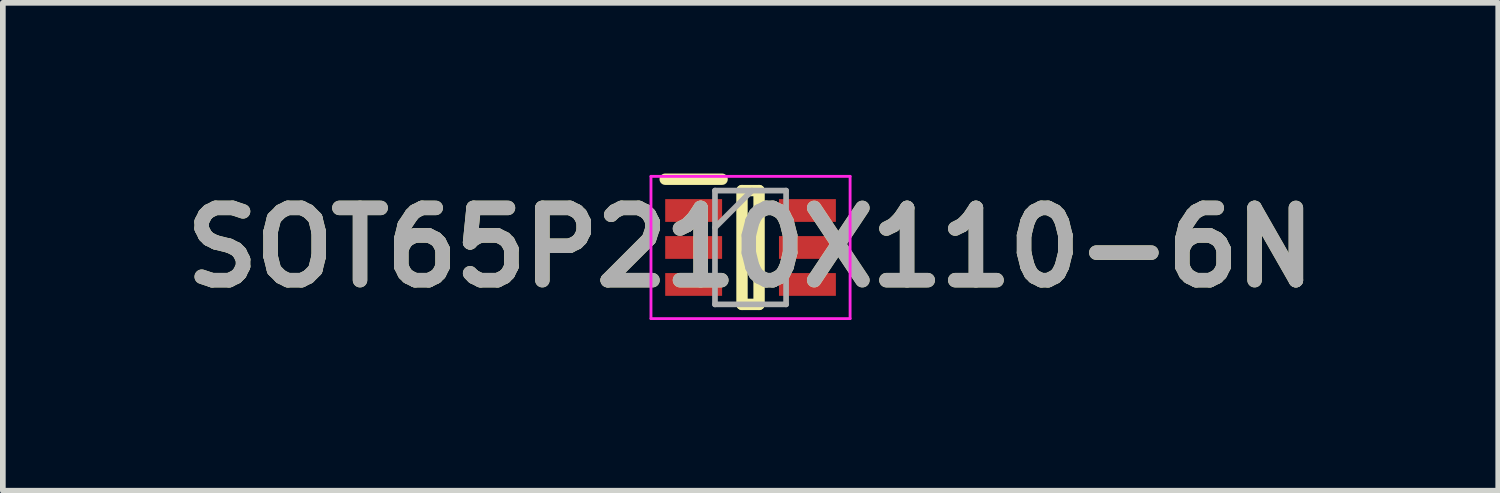
<source format=kicad_pcb>
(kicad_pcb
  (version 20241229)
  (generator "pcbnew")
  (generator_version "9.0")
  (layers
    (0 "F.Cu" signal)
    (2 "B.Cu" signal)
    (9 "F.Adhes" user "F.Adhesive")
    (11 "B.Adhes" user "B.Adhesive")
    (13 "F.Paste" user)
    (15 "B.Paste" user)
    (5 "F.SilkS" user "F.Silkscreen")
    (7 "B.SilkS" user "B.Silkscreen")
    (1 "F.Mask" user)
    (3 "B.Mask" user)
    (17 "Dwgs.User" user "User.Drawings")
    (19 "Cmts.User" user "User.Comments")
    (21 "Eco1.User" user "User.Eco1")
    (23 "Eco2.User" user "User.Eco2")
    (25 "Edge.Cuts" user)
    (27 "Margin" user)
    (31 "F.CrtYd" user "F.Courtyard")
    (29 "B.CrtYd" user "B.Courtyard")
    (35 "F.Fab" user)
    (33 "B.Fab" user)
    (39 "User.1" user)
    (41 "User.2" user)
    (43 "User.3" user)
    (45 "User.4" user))
  (footprint "SOT65P210X110-6N"
    (layer "F.Cu")
    (at 10.142 1.3)
    (property "Reference" "SOT65P210X110-6N" (at 0 0 0) (layer "F.SilkS") (effects (font (size 1.27 1.27) (thickness 0.254))))
    (attr smd)
    (fp_line (start -1.5 -1.2) (end -0.5 -1.2) (stroke (width 0.2) (type solid)) (layer "F.SilkS"))
    (fp_line (start -0.15 -1) (end 0.15 -1) (stroke (width 0.2) (type solid)) (layer "F.SilkS"))
    (fp_line (start -0.15 1) (end -0.15 -1) (stroke (width 0.2) (type solid)) (layer "F.SilkS"))
    (fp_line (start 0.15 -1) (end 0.15 1) (stroke (width 0.2) (type solid)) (layer "F.SilkS"))
    (fp_line (start 0.15 1) (end -0.15 1) (stroke (width 0.2) (type solid)) (layer "F.SilkS"))
    (fp_line (start -1.75 -1.25) (end 1.75 -1.25) (stroke (width 0.05) (type solid)) (layer "F.CrtYd"))
    (fp_line (start -1.75 1.25) (end -1.75 -1.25) (stroke (width 0.05) (type solid)) (layer "F.CrtYd"))
    (fp_line (start 1.75 -1.25) (end 1.75 1.25) (stroke (width 0.05) (type solid)) (layer "F.CrtYd"))
    (fp_line (start 1.75 1.25) (end -1.75 1.25) (stroke (width 0.05) (type solid)) (layer "F.CrtYd"))
    (fp_line (start -0.625 -1) (end 0.625 -1) (stroke (width 0.1) (type solid)) (layer "F.Fab"))
    (fp_line (start -0.625 -0.35) (end 0.025 -1) (stroke (width 0.1) (type solid)) (layer "F.Fab"))
    (fp_line (start -0.625 1) (end -0.625 -1) (stroke (width 0.1) (type solid)) (layer "F.Fab"))
    (fp_line (start 0.625 -1) (end 0.625 1) (stroke (width 0.1) (type solid)) (layer "F.Fab"))
    (fp_line (start 0.625 1) (end -0.625 1) (stroke (width 0.1) (type solid)) (layer "F.Fab"))
    (fp_text user "${REFERENCE}" (at 0 0 0) (layer "F.Fab") (effects (font (size 1.27 1.27) (thickness 0.254))))
    (pad "1" smd rect (at -1 -0.65 90) (size 0.4 1) (layers "F.Cu" "F.Mask" "F.Paste"))
    (pad "2" smd rect (at -1 0 90) (size 0.4 1) (layers "F.Cu" "F.Mask" "F.Paste"))
    (pad "3" smd rect (at -1 0.65 90) (size 0.4 1) (layers "F.Cu" "F.Mask" "F.Paste"))
    (pad "4" smd rect (at 1 0.65 90) (size 0.4 1) (layers "F.Cu" "F.Mask" "F.Paste"))
    (pad "5" smd rect (at 1 0 90) (size 0.4 1) (layers "F.Cu" "F.Mask" "F.Paste"))
    (pad "6" smd rect (at 1 -0.65 90) (size 0.4 1) (layers "F.Cu" "F.Mask" "F.Paste")))
  (gr_rect
    (start -3 -3)
    (end 23.284 5.575)
    (stroke (width 0.1) (type default))
    (fill no)
    (layer "Edge.Cuts")))
</source>
